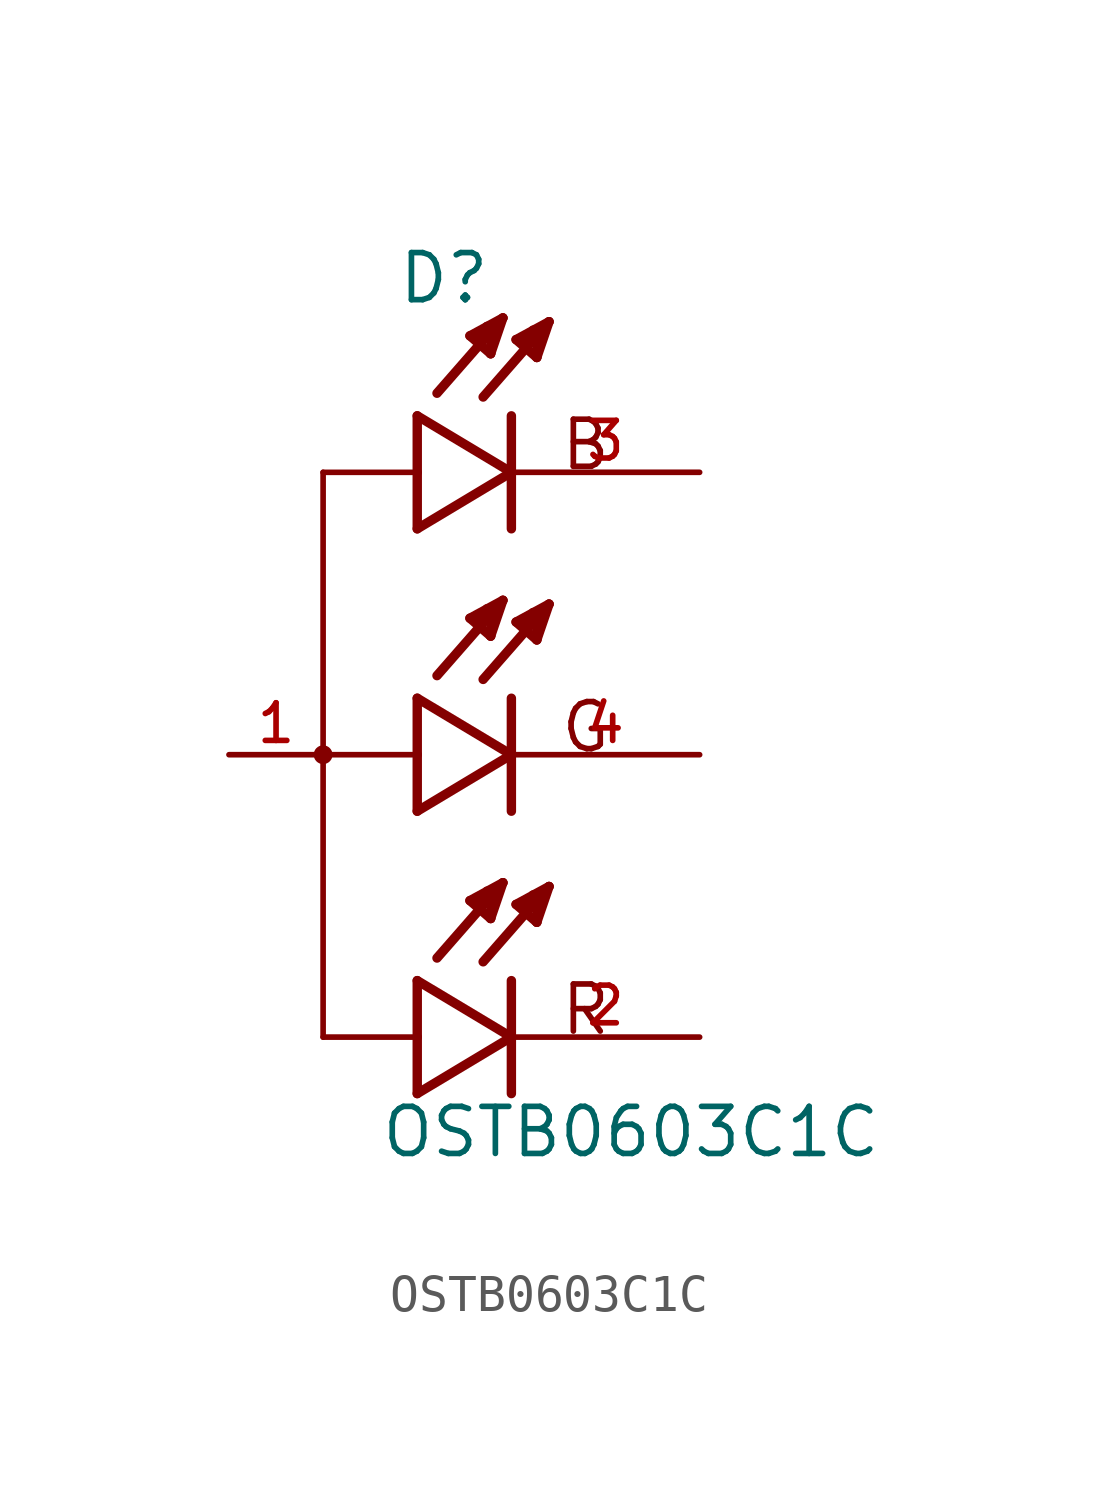
<source format=kicad_sym>
(kicad_symbol_lib
  (version 20211014)
  (generator kicad_symbol_editor)
  (symbol "OSTB0603C1C"
    (pin_names
      (offset 1.016))
    (property "Reference" "D"
      (at -3.099 12.116 0)
      (effects (font (size 1.27 1.27)) (justify bottom left)))
    (property "Value" "OSTB0603C1C"
      (at -3.556 -10.922 0)
      (effects (font (size 1.27 1.27)) (justify bottom left)))
    (symbol "OSTB0603C1C_0_0"
      (polyline (pts (xy -2.54 9.144) (xy -2.54 7.62)) (stroke (width 0.254)))
      (polyline (pts (xy -2.54 7.62) (xy -2.54 6.096)) (stroke (width 0.254)))
      (polyline (pts (xy -2.54 6.096) (xy 0.0 7.62)) (stroke (width 0.254)))
      (polyline (pts (xy 0.0 7.62) (xy -2.54 9.144)) (stroke (width 0.254)))
      (polyline (pts (xy 0.0 9.144) (xy 0.0 6.096)) (stroke (width 0.254)))
      (polyline (pts (xy -2.54 7.62) (xy -5.08 7.62)) (stroke (width 0.152)))
      (polyline (pts (xy 1.016 11.684) (xy -0.762 9.652)) (stroke (width 0.254)))
      (polyline (pts (xy 0.686 10.719) (xy 0.127 11.201)) (stroke (width 0.254)))
      (polyline (pts (xy 0.127 11.201) (xy 1.016 11.684)) (stroke (width 0.254)))
      (polyline (pts (xy 1.016 11.684) (xy 0.686 10.719)) (stroke (width 0.254)))
      (polyline (pts (xy 0.686 10.719) (xy 0.711 11.455)) (stroke (width 0.254)))
      (polyline (pts (xy 0.711 11.455) (xy 0.584 11.455)) (stroke (width 0.254)))
      (polyline (pts (xy 0.305 11.125) (xy 0.533 11.278)) (stroke (width 0.254)))
      (polyline (pts (xy -0.229 11.786) (xy -2.007 9.754)) (stroke (width 0.254)))
      (polyline (pts (xy -0.559 10.82) (xy -1.118 11.303)) (stroke (width 0.254)))
      (polyline (pts (xy -1.118 11.303) (xy -0.229 11.786)) (stroke (width 0.254)))
      (polyline (pts (xy -0.229 11.786) (xy -0.559 10.82)) (stroke (width 0.254)))
      (polyline (pts (xy -0.559 10.82) (xy -0.533 11.557)) (stroke (width 0.254)))
      (polyline (pts (xy -0.533 11.557) (xy -0.66 11.557)) (stroke (width 0.254)))
      (polyline (pts (xy -0.94 11.227) (xy -0.711 11.379)) (stroke (width 0.254)))
      (polyline (pts (xy -2.54 1.524) (xy -2.54 0.0)) (stroke (width 0.254)))
      (polyline (pts (xy -2.54 0.0) (xy -2.54 -1.524)) (stroke (width 0.254)))
      (polyline (pts (xy -2.54 -1.524) (xy 0.0 0.0)) (stroke (width 0.254)))
      (polyline (pts (xy 0.0 0.0) (xy -2.54 1.524)) (stroke (width 0.254)))
      (polyline (pts (xy 0.0 1.524) (xy 0.0 -1.524)) (stroke (width 0.254)))
      (polyline (pts (xy -2.54 0.0) (xy -5.08 0.0)) (stroke (width 0.152)))
      (polyline (pts (xy 1.016 4.064) (xy -0.762 2.032)) (stroke (width 0.254)))
      (polyline (pts (xy 0.686 3.099) (xy 0.127 3.581)) (stroke (width 0.254)))
      (polyline (pts (xy 0.127 3.581) (xy 1.016 4.064)) (stroke (width 0.254)))
      (polyline (pts (xy 1.016 4.064) (xy 0.686 3.099)) (stroke (width 0.254)))
      (polyline (pts (xy 0.686 3.099) (xy 0.711 3.835)) (stroke (width 0.254)))
      (polyline (pts (xy 0.711 3.835) (xy 0.584 3.835)) (stroke (width 0.254)))
      (polyline (pts (xy 0.305 3.505) (xy 0.533 3.658)) (stroke (width 0.254)))
      (polyline (pts (xy -0.229 4.166) (xy -2.007 2.134)) (stroke (width 0.254)))
      (polyline (pts (xy -0.559 3.2) (xy -1.118 3.683)) (stroke (width 0.254)))
      (polyline (pts (xy -1.118 3.683) (xy -0.229 4.166)) (stroke (width 0.254)))
      (polyline (pts (xy -0.229 4.166) (xy -0.559 3.2)) (stroke (width 0.254)))
      (polyline (pts (xy -0.559 3.2) (xy -0.533 3.937)) (stroke (width 0.254)))
      (polyline (pts (xy -0.533 3.937) (xy -0.66 3.937)) (stroke (width 0.254)))
      (polyline (pts (xy -0.94 3.607) (xy -0.711 3.759)) (stroke (width 0.254)))
      (polyline (pts (xy -2.54 -6.096) (xy -2.54 -7.62)) (stroke (width 0.254)))
      (polyline (pts (xy -2.54 -7.62) (xy -2.54 -9.144)) (stroke (width 0.254)))
      (polyline (pts (xy -2.54 -9.144) (xy 0.0 -7.62)) (stroke (width 0.254)))
      (polyline (pts (xy 0.0 -7.62) (xy -2.54 -6.096)) (stroke (width 0.254)))
      (polyline (pts (xy 0.0 -6.096) (xy 0.0 -9.144)) (stroke (width 0.254)))
      (polyline (pts (xy -2.54 -7.62) (xy -5.08 -7.62)) (stroke (width 0.152)))
      (polyline (pts (xy 1.016 -3.556) (xy -0.762 -5.588)) (stroke (width 0.254)))
      (polyline (pts (xy 0.686 -4.521) (xy 0.127 -4.039)) (stroke (width 0.254)))
      (polyline (pts (xy 0.127 -4.039) (xy 1.016 -3.556)) (stroke (width 0.254)))
      (polyline (pts (xy 1.016 -3.556) (xy 0.686 -4.521)) (stroke (width 0.254)))
      (polyline (pts (xy 0.686 -4.521) (xy 0.711 -3.785)) (stroke (width 0.254)))
      (polyline (pts (xy 0.711 -3.785) (xy 0.584 -3.785)) (stroke (width 0.254)))
      (polyline (pts (xy 0.305 -4.115) (xy 0.533 -3.962)) (stroke (width 0.254)))
      (polyline (pts (xy -0.229 -3.454) (xy -2.007 -5.486)) (stroke (width 0.254)))
      (polyline (pts (xy -0.559 -4.42) (xy -1.118 -3.937)) (stroke (width 0.254)))
      (polyline (pts (xy -1.118 -3.937) (xy -0.229 -3.454)) (stroke (width 0.254)))
      (polyline (pts (xy -0.229 -3.454) (xy -0.559 -4.42)) (stroke (width 0.254)))
      (polyline (pts (xy -0.559 -4.42) (xy -0.533 -3.683)) (stroke (width 0.254)))
      (polyline (pts (xy -0.533 -3.683) (xy -0.66 -3.683)) (stroke (width 0.254)))
      (polyline (pts (xy -0.94 -4.013) (xy -0.711 -3.861)) (stroke (width 0.254)))
      (polyline (pts (xy -5.08 7.62) (xy -5.08 -7.62)) (stroke (width 0.152)))
      (circle (center -5.08 0.0) (radius 0.127) (stroke (width 0.254)) (fill (type none)))
      (text "R" (at 1.27 -7.62 0) (effects (font (size 1.27 1.27)) (justify bottom left)))
      (text "G" (at 1.27 0.0 0) (effects (font (size 1.27 1.27)) (justify bottom left)))
      (text "B" (at 1.27 7.62 0) (effects (font (size 1.27 1.27)) (justify bottom left)))
      (pin passive line (at 5.08 7.62 180.0) (length 5.08) (name "~" (effects (font (size 1.016 1.016)))) (number "3" (effects (font (size 1.016 1.016)))))
      (pin passive line (at -7.62 0.0 0) (length 2.54) (name "~" (effects (font (size 1.016 1.016)))) (number "1" (effects (font (size 1.016 1.016)))))
      (pin passive line (at 5.08 0.0 180.0) (length 5.08) (name "~" (effects (font (size 1.016 1.016)))) (number "4" (effects (font (size 1.016 1.016)))))
      (pin passive line (at 5.08 -7.62 180.0) (length 5.08) (name "~" (effects (font (size 1.016 1.016)))) (number "2" (effects (font (size 1.016 1.016))))))))
</source>
